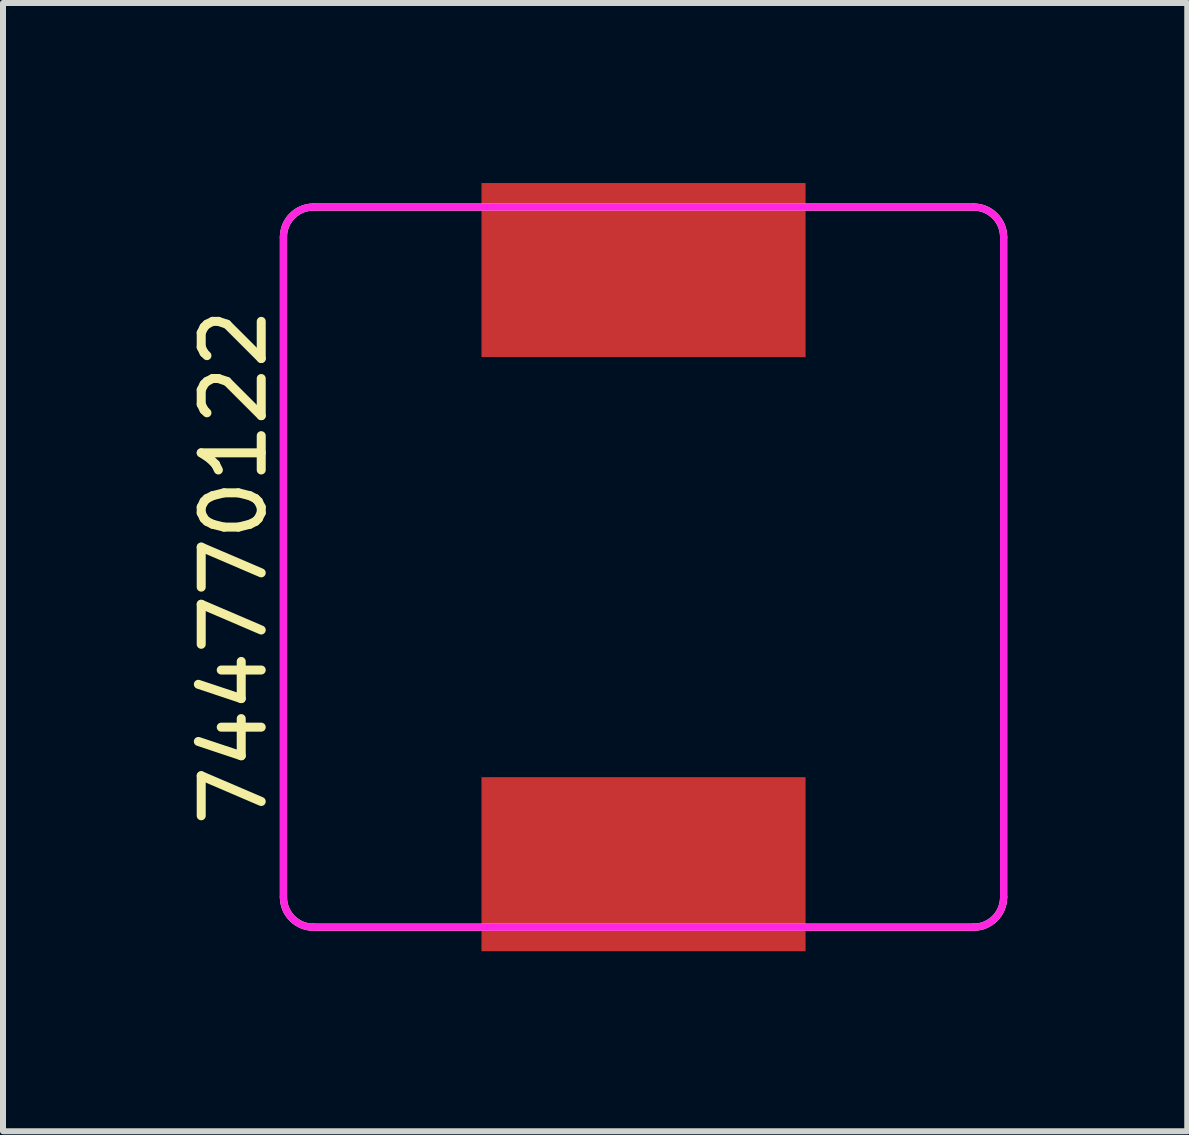
<source format=kicad_pcb>
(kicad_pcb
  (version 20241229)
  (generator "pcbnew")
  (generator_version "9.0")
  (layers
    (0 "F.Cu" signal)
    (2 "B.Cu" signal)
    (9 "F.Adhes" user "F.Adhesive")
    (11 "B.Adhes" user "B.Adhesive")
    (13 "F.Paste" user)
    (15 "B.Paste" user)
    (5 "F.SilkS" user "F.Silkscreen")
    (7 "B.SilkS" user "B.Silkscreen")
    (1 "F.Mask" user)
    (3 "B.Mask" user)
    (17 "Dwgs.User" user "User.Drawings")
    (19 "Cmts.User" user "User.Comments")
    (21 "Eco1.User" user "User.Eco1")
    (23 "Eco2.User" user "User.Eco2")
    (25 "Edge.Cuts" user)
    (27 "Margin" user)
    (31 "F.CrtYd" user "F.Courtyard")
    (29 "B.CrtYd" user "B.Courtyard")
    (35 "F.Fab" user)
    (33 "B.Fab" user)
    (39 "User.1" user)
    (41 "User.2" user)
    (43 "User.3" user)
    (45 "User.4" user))
  (footprint "744770122"
    (layer "F.Cu")
    (at 7.673 6.4)
    (property "Reference" "744770122" (at -6.825 0 90) (layer "F.SilkS") (effects (font (size 1 1) (thickness 0.15))))
    (attr through_hole)
    (fp_line (start -6 5.5) (end -6 -5.5) (stroke (width 0.12) (type solid)) (layer "F.SilkS"))
    (fp_line (start -5.5 -6) (end 5.5 -6) (stroke (width 0.12) (type solid)) (layer "F.SilkS"))
    (fp_line (start 5.5 6) (end -5.5 6) (stroke (width 0.12) (type solid)) (layer "F.SilkS"))
    (fp_line (start 6 -5.5) (end 6 5.5) (stroke (width 0.12) (type solid)) (layer "F.SilkS"))
    (fp_arc (start -6 -5.5) (mid -5.853553 -5.853553) (end -5.5 -6) (stroke (width 0.12) (type solid)) (layer "F.SilkS"))
    (fp_arc (start -5.5 6) (mid -5.853553 5.853553) (end -6 5.5) (stroke (width 0.12) (type solid)) (layer "F.SilkS"))
    (fp_arc (start 5.5 -6) (mid 5.853553 -5.853553) (end 6 -5.5) (stroke (width 0.12) (type solid)) (layer "F.SilkS"))
    (fp_arc (start 6 5.5) (mid 5.853553 5.853553) (end 5.5 6) (stroke (width 0.12) (type solid)) (layer "F.SilkS"))
    (fp_line (start -6 5.5) (end -6 -5.5) (stroke (width 0.12) (type solid)) (layer "F.CrtYd"))
    (fp_line (start -5.5 -6) (end 5.5 -6) (stroke (width 0.12) (type solid)) (layer "F.CrtYd"))
    (fp_line (start 5.5 6) (end -5.5 6) (stroke (width 0.12) (type solid)) (layer "F.CrtYd"))
    (fp_line (start 6 -5.5) (end 6 5.5) (stroke (width 0.12) (type solid)) (layer "F.CrtYd"))
    (fp_arc (start -6 -5.5) (mid -5.853553 -5.853553) (end -5.5 -6) (stroke (width 0.12) (type solid)) (layer "F.CrtYd"))
    (fp_arc (start -5.5 6) (mid -5.853553 5.853553) (end -6 5.5) (stroke (width 0.12) (type solid)) (layer "F.CrtYd"))
    (fp_arc (start 5.5 -6) (mid 5.853553 -5.853553) (end 6 -5.5) (stroke (width 0.12) (type solid)) (layer "F.CrtYd"))
    (fp_arc (start 6 5.5) (mid 5.853553 5.853553) (end 5.5 6) (stroke (width 0.12) (type solid)) (layer "F.CrtYd"))
    (pad "1" smd rect (at 0 -4.95) (size 5.4 2.9) (layers "F.Cu" "F.Mask" "F.Paste"))
    (pad "2" smd rect (at 0 4.95) (size 5.4 2.9) (layers "F.Cu" "F.Mask" "F.Paste")))
  (gr_rect
    (start -3 -3)
    (end 16.733 15.8)
    (stroke (width 0.1) (type default))
    (fill no)
    (layer "Edge.Cuts")))
</source>
